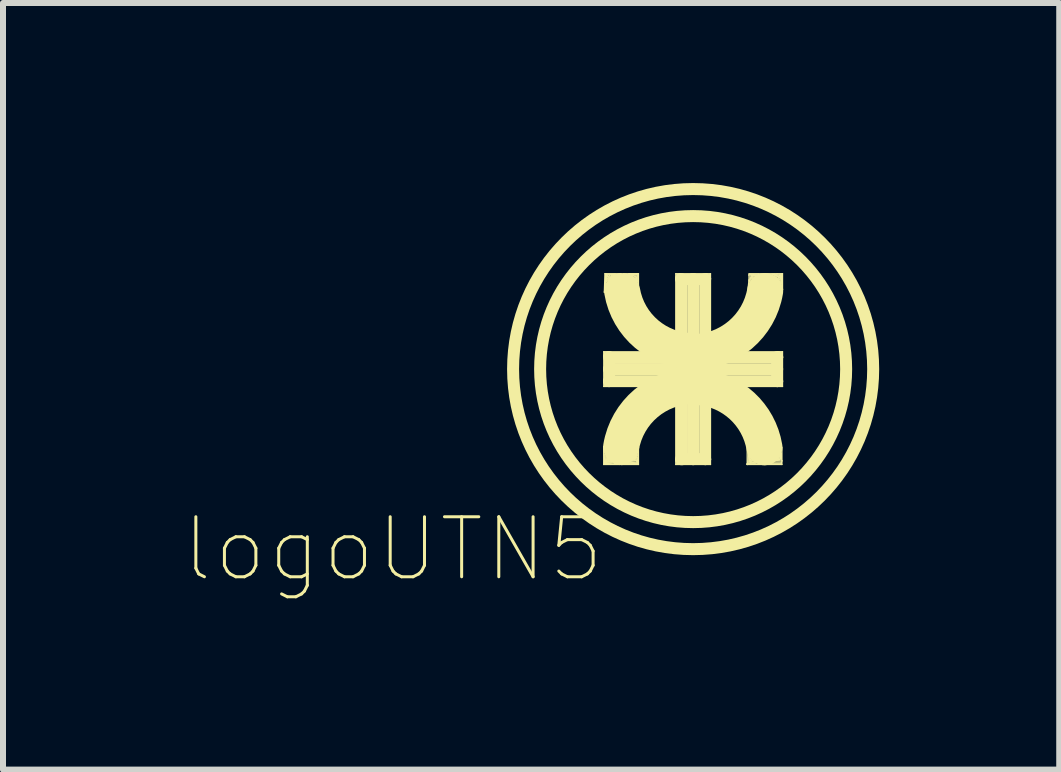
<source format=kicad_pcb>
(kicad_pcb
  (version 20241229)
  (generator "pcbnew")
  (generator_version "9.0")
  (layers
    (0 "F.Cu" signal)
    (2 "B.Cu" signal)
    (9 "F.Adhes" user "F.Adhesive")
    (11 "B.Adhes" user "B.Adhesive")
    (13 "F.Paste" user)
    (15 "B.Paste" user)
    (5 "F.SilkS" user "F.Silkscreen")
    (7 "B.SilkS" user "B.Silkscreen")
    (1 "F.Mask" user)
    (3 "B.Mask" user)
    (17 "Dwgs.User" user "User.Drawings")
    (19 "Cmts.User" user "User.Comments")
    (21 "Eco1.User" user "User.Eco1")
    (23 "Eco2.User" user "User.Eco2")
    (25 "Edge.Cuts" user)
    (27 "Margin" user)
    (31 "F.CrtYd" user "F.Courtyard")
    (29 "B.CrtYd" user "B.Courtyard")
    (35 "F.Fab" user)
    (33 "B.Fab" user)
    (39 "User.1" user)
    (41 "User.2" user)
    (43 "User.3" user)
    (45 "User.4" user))
  (footprint "logoUTN5"
    (layer "F.Cu")
    (at 8.499 3.1)
    (property "Reference" "logoUTN5" (at -5 3 0) (layer "F.SilkS") (effects (font (size 1 1) (thickness 0.05))))
    (attr through_hole)
    (fp_line (start -1.49 -0.29) (end -1.49 -0.21) (stroke (width 0.02) (type solid)) (layer "F.SilkS"))
    (fp_line (start -1.49 -0.21) (end -1.47 -0.28) (stroke (width 0.02) (type solid)) (layer "F.SilkS"))
    (fp_line (start -1.49 0.17) (end -1.47 0.28) (stroke (width 0.02) (type solid)) (layer "F.SilkS"))
    (fp_line (start -1.49 0.29) (end -1.49 0.17) (stroke (width 0.02) (type solid)) (layer "F.SilkS"))
    (fp_line (start -1.49 1.29) (end -1.48 1.57) (stroke (width 0.02) (type solid)) (layer "F.SilkS"))
    (fp_line (start -1.49 1.59) (end -1.49 1.29) (stroke (width 0.02) (type solid)) (layer "F.SilkS"))
    (fp_line (start -1.48 -1.28) (end -1.44 -1.52) (stroke (width 0.02) (type solid)) (layer "F.SilkS"))
    (fp_line (start -1.48 -0.27) (end -1.46 -0.25) (stroke (width 0.02) (type solid)) (layer "F.SilkS"))
    (fp_line (start -1.48 1.57) (end -1.47 1.42) (stroke (width 0.02) (type solid)) (layer "F.SilkS"))
    (fp_line (start -1.48 1.57) (end -1.3 1.56) (stroke (width 0.02) (type solid)) (layer "F.SilkS"))
    (fp_line (start -1.47 -1.59) (end -1.48 -1.28) (stroke (width 0.02) (type solid)) (layer "F.SilkS"))
    (fp_line (start -1.47 -0.28) (end -1.48 -0.27) (stroke (width 0.02) (type solid)) (layer "F.SilkS"))
    (fp_line (start -1.47 0.27) (end -1.41 0.18) (stroke (width 0.02) (type solid)) (layer "F.SilkS"))
    (fp_line (start -1.47 0.28) (end -1.47 0.27) (stroke (width 0.02) (type solid)) (layer "F.SilkS"))
    (fp_line (start -1.47 1.42) (end -1.46 1.56) (stroke (width 0.02) (type solid)) (layer "F.SilkS"))
    (fp_line (start -1.46 -1.59) (end -1.47 -1.59) (stroke (width 0.02) (type solid)) (layer "F.SilkS"))
    (fp_line (start -1.46 -1.58) (end -1.46 -1.45) (stroke (width 0.02) (type solid)) (layer "F.SilkS"))
    (fp_line (start -1.46 -1.45) (end -1.44 -1.58) (stroke (width 0.02) (type solid)) (layer "F.SilkS"))
    (fp_line (start -1.46 -1.45) (end -1.42 -1.57) (stroke (width 0.02) (type solid)) (layer "F.SilkS"))
    (fp_line (start -1.46 -1.41) (end -1.35 -1.41) (stroke (width 0.02) (type solid)) (layer "F.SilkS"))
    (fp_line (start -1.46 1.56) (end -1.45 1.45) (stroke (width 0.02) (type solid)) (layer "F.SilkS"))
    (fp_line (start -1.45 -1.58) (end -1.31 -1.58) (stroke (width 0.02) (type solid)) (layer "F.SilkS"))
    (fp_line (start -1.45 1.45) (end -1.44 1.56) (stroke (width 0.02) (type solid)) (layer "F.SilkS"))
    (fp_line (start -1.44 -1.58) (end -1.45 -1.58) (stroke (width 0.02) (type solid)) (layer "F.SilkS"))
    (fp_line (start -1.44 -1.57) (end -1.46 -1.41) (stroke (width 0.02) (type solid)) (layer "F.SilkS"))
    (fp_line (start -1.44 -1.52) (end -1.46 -1.58) (stroke (width 0.02) (type solid)) (layer "F.SilkS"))
    (fp_line (start -1.44 -1.49) (end -1.39 -1.56) (stroke (width 0.02) (type solid)) (layer "F.SilkS"))
    (fp_line (start -1.44 1.55) (end -1.4 1.52) (stroke (width 0.02) (type solid)) (layer "F.SilkS"))
    (fp_line (start -1.44 1.56) (end -1.43 1.48) (stroke (width 0.02) (type solid)) (layer "F.SilkS"))
    (fp_line (start -1.43 -1.54) (end -1.35 -1.56) (stroke (width 0.02) (type solid)) (layer "F.SilkS"))
    (fp_line (start -1.43 1.48) (end -1.42 1.55) (stroke (width 0.02) (type solid)) (layer "F.SilkS"))
    (fp_line (start -1.42 -1.57) (end -1.29 -1.58) (stroke (width 0.02) (type solid)) (layer "F.SilkS"))
    (fp_line (start -1.42 1.55) (end -1.36 1.55) (stroke (width 0.02) (type solid)) (layer "F.SilkS"))
    (fp_line (start -1.41 1.5) (end -1.41 1.53) (stroke (width 0.02) (type solid)) (layer "F.SilkS"))
    (fp_line (start -1.41 1.53) (end -1.38 1.54) (stroke (width 0.02) (type solid)) (layer "F.SilkS"))
    (fp_line (start -1.4 -1.52) (end -1.44 -1.57) (stroke (width 0.02) (type solid)) (layer "F.SilkS"))
    (fp_line (start -1.4 -0.2) (end -1.4 0.2) (stroke (width 0.2) (type solid)) (layer "F.SilkS"))
    (fp_line (start -1.4 0) (end 1.4 0) (stroke (width 0.2) (type solid)) (layer "F.SilkS"))
    (fp_line (start -1.4 0.2) (end 0 0.2) (stroke (width 0.2) (type solid)) (layer "F.SilkS"))
    (fp_line (start -1.4 0.29) (end -1.49 0.29) (stroke (width 0.02) (type solid)) (layer "F.SilkS"))
    (fp_line (start -1.4 1.52) (end -1.41 1.5) (stroke (width 0.02) (type solid)) (layer "F.SilkS"))
    (fp_line (start -1.39 -1.56) (end -1.43 -1.54) (stroke (width 0.02) (type solid)) (layer "F.SilkS"))
    (fp_line (start -1.39 -0.29) (end -1.49 -0.29) (stroke (width 0.02) (type solid)) (layer "F.SilkS"))
    (fp_line (start -1.38 1.54) (end -1.41 1.53) (stroke (width 0.02) (type solid)) (layer "F.SilkS"))
    (fp_line (start -1.36 1.55) (end -1.44 1.55) (stroke (width 0.02) (type solid)) (layer "F.SilkS"))
    (fp_line (start -1.35 -1.56) (end -1.4 -1.52) (stroke (width 0.02) (type solid)) (layer "F.SilkS"))
    (fp_line (start -1.33 -1.56) (end -1.2 -1.59) (stroke (width 0.02) (type solid)) (layer "F.SilkS"))
    (fp_line (start -1.31 -1.58) (end -1.46 -1.45) (stroke (width 0.02) (type solid)) (layer "F.SilkS"))
    (fp_line (start -1.31 1.58) (end -1.48 1.57) (stroke (width 0.02) (type solid)) (layer "F.SilkS"))
    (fp_line (start -1.3 1.56) (end -1.31 1.58) (stroke (width 0.02) (type solid)) (layer "F.SilkS"))
    (fp_line (start -1.29 -1.58) (end -1.44 -1.49) (stroke (width 0.02) (type solid)) (layer "F.SilkS"))
    (fp_line (start -1.23 1.59) (end -1.49 1.59) (stroke (width 0.02) (type solid)) (layer "F.SilkS"))
    (fp_line (start -1.2 -1.59) (end -1.46 -1.59) (stroke (width 0.02) (type solid)) (layer "F.SilkS"))
    (fp_line (start -1.2 1.59) (end -0.91 1.59) (stroke (width 0.02) (type solid)) (layer "F.SilkS"))
    (fp_line (start -1.17 -1.59) (end -0.92 -1.59) (stroke (width 0.02) (type solid)) (layer "F.SilkS"))
    (fp_line (start -1.11 1.57) (end -0.92 1.57) (stroke (width 0.02) (type solid)) (layer "F.SilkS"))
    (fp_line (start -1.07 -1.59) (end -1.07 -1.58) (stroke (width 0.02) (type solid)) (layer "F.SilkS"))
    (fp_line (start -1.07 -1.58) (end -0.93 -1.58) (stroke (width 0.02) (type solid)) (layer "F.SilkS"))
    (fp_line (start -1.06 -1.57) (end -0.92 -1.58) (stroke (width 0.02) (type solid)) (layer "F.SilkS"))
    (fp_line (start -1.05 1.55) (end -0.94 1.55) (stroke (width 0.02) (type solid)) (layer "F.SilkS"))
    (fp_line (start -1.04 -1.57) (end -0.95 -1.57) (stroke (width 0.02) (type solid)) (layer "F.SilkS"))
    (fp_line (start -1.02 -1.56) (end -0.96 -1.55) (stroke (width 0.02) (type solid)) (layer "F.SilkS"))
    (fp_line (start -1.02 1.53) (end -0.93 1.52) (stroke (width 0.02) (type solid)) (layer "F.SilkS"))
    (fp_line (start -0.99 -1.56) (end -1.06 -1.57) (stroke (width 0.02) (type solid)) (layer "F.SilkS"))
    (fp_line (start -0.99 1.51) (end -0.97 1.48) (stroke (width 0.02) (type solid)) (layer "F.SilkS"))
    (fp_line (start -0.97 1.48) (end -0.93 1.48) (stroke (width 0.02) (type solid)) (layer "F.SilkS"))
    (fp_line (start -0.97 1.49) (end -0.93 1.43) (stroke (width 0.02) (type solid)) (layer "F.SilkS"))
    (fp_line (start -0.96 -1.55) (end -0.95 -1.5) (stroke (width 0.02) (type solid)) (layer "F.SilkS"))
    (fp_line (start -0.95 -1.57) (end -0.94 -1.48) (stroke (width 0.02) (type solid)) (layer "F.SilkS"))
    (fp_line (start -0.95 -1.5) (end -0.99 -1.56) (stroke (width 0.02) (type solid)) (layer "F.SilkS"))
    (fp_line (start -0.94 -1.48) (end -1.02 -1.56) (stroke (width 0.02) (type solid)) (layer "F.SilkS"))
    (fp_line (start -0.94 1.47) (end -1.23 1.59) (stroke (width 0.02) (type solid)) (layer "F.SilkS"))
    (fp_line (start -0.94 1.5) (end -0.99 1.51) (stroke (width 0.02) (type solid)) (layer "F.SilkS"))
    (fp_line (start -0.94 1.53) (end -1.02 1.53) (stroke (width 0.02) (type solid)) (layer "F.SilkS"))
    (fp_line (start -0.94 1.55) (end -0.94 1.53) (stroke (width 0.02) (type solid)) (layer "F.SilkS"))
    (fp_line (start -0.93 -1.58) (end -0.93 -1.46) (stroke (width 0.02) (type solid)) (layer "F.SilkS"))
    (fp_line (start -0.93 -1.46) (end -1.04 -1.57) (stroke (width 0.02) (type solid)) (layer "F.SilkS"))
    (fp_line (start -0.93 1.43) (end -0.94 1.47) (stroke (width 0.02) (type solid)) (layer "F.SilkS"))
    (fp_line (start -0.93 1.48) (end -0.97 1.49) (stroke (width 0.02) (type solid)) (layer "F.SilkS"))
    (fp_line (start -0.93 1.52) (end -0.94 1.5) (stroke (width 0.02) (type solid)) (layer "F.SilkS"))
    (fp_line (start -0.93 1.57) (end -1.11 1.57) (stroke (width 0.02) (type solid)) (layer "F.SilkS"))
    (fp_line (start -0.92 -1.59) (end -0.92 -1.36) (stroke (width 0.02) (type solid)) (layer "F.SilkS"))
    (fp_line (start -0.92 -1.58) (end -1.33 -1.56) (stroke (width 0.02) (type solid)) (layer "F.SilkS"))
    (fp_line (start -0.92 -1.36) (end -0.91 -1.41) (stroke (width 0.02) (type solid)) (layer "F.SilkS"))
    (fp_line (start -0.92 1.57) (end -1.05 1.55) (stroke (width 0.02) (type solid)) (layer "F.SilkS"))
    (fp_line (start -0.91 -1.59) (end -1.07 -1.59) (stroke (width 0.02) (type solid)) (layer "F.SilkS"))
    (fp_line (start -0.91 -1.41) (end -0.91 -1.59) (stroke (width 0.02) (type solid)) (layer "F.SilkS"))
    (fp_line (start -0.91 1.3) (end -0.93 1.57) (stroke (width 0.02) (type solid)) (layer "F.SilkS"))
    (fp_line (start -0.91 1.59) (end -0.91 1.3) (stroke (width 0.02) (type solid)) (layer "F.SilkS"))
    (fp_line (start -0.3 -0.2) (end -1.4 -0.2) (stroke (width 0.2) (type solid)) (layer "F.SilkS"))
    (fp_line (start -0.29 -1.59) (end -0.29 -1.49) (stroke (width 0.02) (type solid)) (layer "F.SilkS"))
    (fp_line (start -0.29 -1.49) (end -0.27 -1.58) (stroke (width 0.02) (type solid)) (layer "F.SilkS"))
    (fp_line (start -0.29 1.5) (end -0.29 1.59) (stroke (width 0.02) (type solid)) (layer "F.SilkS"))
    (fp_line (start -0.29 1.59) (end -0.17 1.59) (stroke (width 0.02) (type solid)) (layer "F.SilkS"))
    (fp_line (start -0.27 -1.58) (end -0.21 -1.54) (stroke (width 0.02) (type solid)) (layer "F.SilkS"))
    (fp_line (start -0.22 -1.59) (end -0.21 -1.59) (stroke (width 0.02) (type solid)) (layer "F.SilkS"))
    (fp_line (start -0.21 -1.59) (end -0.29 -1.59) (stroke (width 0.02) (type solid)) (layer "F.SilkS"))
    (fp_line (start -0.2 -1.5) (end 0 -1.5) (stroke (width 0.2) (type solid)) (layer "F.SilkS"))
    (fp_line (start -0.2 1.5) (end -0.2 -1.5) (stroke (width 0.2) (type solid)) (layer "F.SilkS"))
    (fp_line (start -0.17 1.59) (end -0.28 1.57) (stroke (width 0.02) (type solid)) (layer "F.SilkS"))
    (fp_line (start 0 -1.5) (end 0 1.5) (stroke (width 0.2) (type solid)) (layer "F.SilkS"))
    (fp_line (start 0 -1.5) (end 0.2 -1.5) (stroke (width 0.2) (type solid)) (layer "F.SilkS"))
    (fp_line (start 0 0) (end -1.4 0) (stroke (width 0.2) (type solid)) (layer "F.SilkS"))
    (fp_line (start 0 1.5) (end 0 0) (stroke (width 0.2) (type solid)) (layer "F.SilkS"))
    (fp_line (start 0.2 -1.5) (end 0.2 1.5) (stroke (width 0.2) (type solid)) (layer "F.SilkS"))
    (fp_line (start 0.2 1.5) (end -0.2 1.5) (stroke (width 0.2) (type solid)) (layer "F.SilkS"))
    (fp_line (start 0.2 1.59) (end 0.29 1.59) (stroke (width 0.02) (type solid)) (layer "F.SilkS"))
    (fp_line (start 0.21 -1.59) (end 0.29 -1.59) (stroke (width 0.02) (type solid)) (layer "F.SilkS"))
    (fp_line (start 0.27 1.58) (end 0.24 1.55) (stroke (width 0.02) (type solid)) (layer "F.SilkS"))
    (fp_line (start 0.29 -1.59) (end 0.29 -1.51) (stroke (width 0.02) (type solid)) (layer "F.SilkS"))
    (fp_line (start 0.29 -1.51) (end 0.27 -1.58) (stroke (width 0.02) (type solid)) (layer "F.SilkS"))
    (fp_line (start 0.29 1.5) (end 0.27 1.58) (stroke (width 0.02) (type solid)) (layer "F.SilkS"))
    (fp_line (start 0.29 1.59) (end 0.29 1.5) (stroke (width 0.02) (type solid)) (layer "F.SilkS"))
    (fp_line (start 0.3 -0.2) (end 1.4 -0.2) (stroke (width 0.2) (type solid)) (layer "F.SilkS"))
    (fp_line (start 0.3 0.2) (end 0.3 -0.2) (stroke (width 0.2) (type solid)) (layer "F.SilkS"))
    (fp_line (start 0.9 1.58) (end 0.9 1.31) (stroke (width 0.02) (type solid)) (layer "F.SilkS"))
    (fp_line (start 0.9 1.58) (end 0.9 1.59) (stroke (width 0.02) (type solid)) (layer "F.SilkS"))
    (fp_line (start 0.9 1.59) (end 0.91 1.56) (stroke (width 0.02) (type solid)) (layer "F.SilkS"))
    (fp_line (start 0.9 1.59) (end 0.97 1.55) (stroke (width 0.02) (type solid)) (layer "F.SilkS"))
    (fp_line (start 0.91 -1.29) (end 0.93 -1.49) (stroke (width 0.02) (type solid)) (layer "F.SilkS"))
    (fp_line (start 0.91 1.55) (end 0.92 1.39) (stroke (width 0.02) (type solid)) (layer "F.SilkS"))
    (fp_line (start 0.91 1.56) (end 0.9 1.58) (stroke (width 0.02) (type solid)) (layer "F.SilkS"))
    (fp_line (start 0.91 1.57) (end 1.04 1.55) (stroke (width 0.02) (type solid)) (layer "F.SilkS"))
    (fp_line (start 0.92 1.39) (end 0.93 1.54) (stroke (width 0.02) (type solid)) (layer "F.SilkS"))
    (fp_line (start 0.93 -1.58) (end 1.09 -1.58) (stroke (width 0.02) (type solid)) (layer "F.SilkS"))
    (fp_line (start 0.93 -1.56) (end 0.93 -1.58) (stroke (width 0.02) (type solid)) (layer "F.SilkS"))
    (fp_line (start 0.93 -1.49) (end 0.93 -1.56) (stroke (width 0.02) (type solid)) (layer "F.SilkS"))
    (fp_line (start 0.93 -1.47) (end 0.95 -1.47) (stroke (width 0.02) (type solid)) (layer "F.SilkS"))
    (fp_line (start 0.93 1.54) (end 0.94 1.45) (stroke (width 0.02) (type solid)) (layer "F.SilkS"))
    (fp_line (start 0.94 -1.45) (end 0.95 -1.57) (stroke (width 0.02) (type solid)) (layer "F.SilkS"))
    (fp_line (start 0.94 1.45) (end 0.94 1.54) (stroke (width 0.02) (type solid)) (layer "F.SilkS"))
    (fp_line (start 0.94 1.54) (end 0.95 1.48) (stroke (width 0.02) (type solid)) (layer "F.SilkS"))
    (fp_line (start 0.95 -1.57) (end 1.05 -1.57) (stroke (width 0.02) (type solid)) (layer "F.SilkS"))
    (fp_line (start 0.95 -1.5) (end 0.97 -1.56) (stroke (width 0.02) (type solid)) (layer "F.SilkS"))
    (fp_line (start 0.95 -1.47) (end 0.94 -1.45) (stroke (width 0.02) (type solid)) (layer "F.SilkS"))
    (fp_line (start 0.95 1.48) (end 0.96 1.53) (stroke (width 0.02) (type solid)) (layer "F.SilkS"))
    (fp_line (start 0.95 1.54) (end 1.01 1.53) (stroke (width 0.02) (type solid)) (layer "F.SilkS"))
    (fp_line (start 0.96 1.53) (end 0.95 1.54) (stroke (width 0.02) (type solid)) (layer "F.SilkS"))
    (fp_line (start 0.97 -1.56) (end 1.01 -1.57) (stroke (width 0.02) (type solid)) (layer "F.SilkS"))
    (fp_line (start 0.97 -1.52) (end 0.98 -1.56) (stroke (width 0.02) (type solid)) (layer "F.SilkS"))
    (fp_line (start 0.97 1.51) (end 0.98 1.53) (stroke (width 0.02) (type solid)) (layer "F.SilkS"))
    (fp_line (start 0.98 -1.56) (end 1.05 -1.56) (stroke (width 0.02) (type solid)) (layer "F.SilkS"))
    (fp_line (start 0.98 1.53) (end 1.05 1.44) (stroke (width 0.02) (type solid)) (layer "F.SilkS"))
    (fp_line (start 1.01 -1.57) (end 0.97 -1.52) (stroke (width 0.02) (type solid)) (layer "F.SilkS"))
    (fp_line (start 1.01 1.53) (end 0.97 1.51) (stroke (width 0.02) (type solid)) (layer "F.SilkS"))
    (fp_line (start 1.03 1.57) (end 0.91 1.57) (stroke (width 0.02) (type solid)) (layer "F.SilkS"))
    (fp_line (start 1.04 1.55) (end 0.91 1.55) (stroke (width 0.02) (type solid)) (layer "F.SilkS"))
    (fp_line (start 1.05 -1.57) (end 0.95 -1.5) (stroke (width 0.02) (type solid)) (layer "F.SilkS"))
    (fp_line (start 1.05 -1.56) (end 1.2 -1.59) (stroke (width 0.02) (type solid)) (layer "F.SilkS"))
    (fp_line (start 1.09 -1.58) (end 0.93 -1.47) (stroke (width 0.02) (type solid)) (layer "F.SilkS"))
    (fp_line (start 1.2 -1.59) (end 0.93 -1.59) (stroke (width 0.02) (type solid)) (layer "F.SilkS"))
    (fp_line (start 1.2 -1.59) (end 1.4 -1.59) (stroke (width 0.02) (type solid)) (layer "F.SilkS"))
    (fp_line (start 1.2 1.59) (end 0.9 1.58) (stroke (width 0.02) (type solid)) (layer "F.SilkS"))
    (fp_line (start 1.2 1.59) (end 0.9 1.59) (stroke (width 0.02) (type solid)) (layer "F.SilkS"))
    (fp_line (start 1.2 1.59) (end 1.48 1.59) (stroke (width 0.02) (type solid)) (layer "F.SilkS"))
    (fp_line (start 1.3 1.57) (end 1.47 1.57) (stroke (width 0.02) (type solid)) (layer "F.SilkS"))
    (fp_line (start 1.31 -1.58) (end 1.47 -1.56) (stroke (width 0.02) (type solid)) (layer "F.SilkS"))
    (fp_line (start 1.31 1.57) (end 1.3 1.57) (stroke (width 0.02) (type solid)) (layer "F.SilkS"))
    (fp_line (start 1.33 -1.57) (end 1.31 -1.53) (stroke (width 0.02) (type solid)) (layer "F.SilkS"))
    (fp_line (start 1.33 1.55) (end 1.35 1.53) (stroke (width 0.02) (type solid)) (layer "F.SilkS"))
    (fp_line (start 1.35 -1.58) (end 1.42 -1.54) (stroke (width 0.02) (type solid)) (layer "F.SilkS"))
    (fp_line (start 1.35 1.53) (end 1.48 1.53) (stroke (width 0.02) (type solid)) (layer "F.SilkS"))
    (fp_line (start 1.39 -1.56) (end 1.43 -1.54) (stroke (width 0.02) (type solid)) (layer "F.SilkS"))
    (fp_line (start 1.39 1.52) (end 1.47 1.49) (stroke (width 0.02) (type solid)) (layer "F.SilkS"))
    (fp_line (start 1.4 -1.59) (end 1.48 -1.59) (stroke (width 0.02) (type solid)) (layer "F.SilkS"))
    (fp_line (start 1.4 -0.29) (end 1.49 -0.29) (stroke (width 0.02) (type solid)) (layer "F.SilkS"))
    (fp_line (start 1.4 -0.2) (end 1.4 0.2) (stroke (width 0.2) (type solid)) (layer "F.SilkS"))
    (fp_line (start 1.4 0.2) (end 0.3 0.2) (stroke (width 0.2) (type solid)) (layer "F.SilkS"))
    (fp_line (start 1.4 0.29) (end 1.48 0.27) (stroke (width 0.02) (type solid)) (layer "F.SilkS"))
    (fp_line (start 1.41 1.51) (end 1.46 1.46) (stroke (width 0.02) (type solid)) (layer "F.SilkS"))
    (fp_line (start 1.42 -1.55) (end 1.43 -1.52) (stroke (width 0.02) (type solid)) (layer "F.SilkS"))
    (fp_line (start 1.42 -1.54) (end 1.44 -1.49) (stroke (width 0.02) (type solid)) (layer "F.SilkS"))
    (fp_line (start 1.43 -1.54) (end 1.44 -1.56) (stroke (width 0.02) (type solid)) (layer "F.SilkS"))
    (fp_line (start 1.43 -1.52) (end 1.45 -1.53) (stroke (width 0.02) (type solid)) (layer "F.SilkS"))
    (fp_line (start 1.44 -1.56) (end 1.42 -1.55) (stroke (width 0.02) (type solid)) (layer "F.SilkS"))
    (fp_line (start 1.44 -1.49) (end 1.39 -1.56) (stroke (width 0.02) (type solid)) (layer "F.SilkS"))
    (fp_line (start 1.44 1.51) (end 1.03 1.57) (stroke (width 0.02) (type solid)) (layer "F.SilkS"))
    (fp_line (start 1.45 -1.57) (end 1.45 -1.45) (stroke (width 0.02) (type solid)) (layer "F.SilkS"))
    (fp_line (start 1.45 -1.53) (end 1.33 -1.57) (stroke (width 0.02) (type solid)) (layer "F.SilkS"))
    (fp_line (start 1.45 -1.45) (end 1.35 -1.58) (stroke (width 0.02) (type solid)) (layer "F.SilkS"))
    (fp_line (start 1.46 1.43) (end 1.44 1.51) (stroke (width 0.02) (type solid)) (layer "F.SilkS"))
    (fp_line (start 1.46 1.46) (end 1.46 1.49) (stroke (width 0.02) (type solid)) (layer "F.SilkS"))
    (fp_line (start 1.46 1.49) (end 1.46 1.43) (stroke (width 0.02) (type solid)) (layer "F.SilkS"))
    (fp_line (start 1.47 -1.58) (end 1.31 -1.58) (stroke (width 0.02) (type solid)) (layer "F.SilkS"))
    (fp_line (start 1.47 -1.56) (end 1.47 -1.42) (stroke (width 0.02) (type solid)) (layer "F.SilkS"))
    (fp_line (start 1.47 -1.54) (end 1.47 -1.58) (stroke (width 0.02) (type solid)) (layer "F.SilkS"))
    (fp_line (start 1.47 -1.42) (end 1.45 -1.57) (stroke (width 0.02) (type solid)) (layer "F.SilkS"))
    (fp_line (start 1.47 1.4) (end 1.41 1.51) (stroke (width 0.02) (type solid)) (layer "F.SilkS"))
    (fp_line (start 1.47 1.49) (end 1.47 1.4) (stroke (width 0.02) (type solid)) (layer "F.SilkS"))
    (fp_line (start 1.47 1.51) (end 1.39 1.52) (stroke (width 0.02) (type solid)) (layer "F.SilkS"))
    (fp_line (start 1.47 1.55) (end 1.33 1.55) (stroke (width 0.02) (type solid)) (layer "F.SilkS"))
    (fp_line (start 1.47 1.57) (end 1.47 1.55) (stroke (width 0.02) (type solid)) (layer "F.SilkS"))
    (fp_line (start 1.48 -1.59) (end 1.49 -1.59) (stroke (width 0.02) (type solid)) (layer "F.SilkS"))
    (fp_line (start 1.48 1.53) (end 1.47 1.51) (stroke (width 0.02) (type solid)) (layer "F.SilkS"))
    (fp_line (start 1.48 1.59) (end 1.48 1.3) (stroke (width 0.02) (type solid)) (layer "F.SilkS"))
    (fp_line (start 1.49 -1.59) (end 1.49 -1.32) (stroke (width 0.02) (type solid)) (layer "F.SilkS"))
    (fp_line (start 1.49 -1.32) (end 1.47 -1.54) (stroke (width 0.02) (type solid)) (layer "F.SilkS"))
    (fp_line (start 1.49 -0.29) (end 1.49 -0.19) (stroke (width 0.02) (type solid)) (layer "F.SilkS"))
    (fp_line (start 1.49 -0.19) (end 1.47 -0.28) (stroke (width 0.02) (type solid)) (layer "F.SilkS"))
    (fp_line (start 1.49 0.2) (end 1.49 0.29) (stroke (width 0.02) (type solid)) (layer "F.SilkS"))
    (fp_line (start 1.49 0.29) (end 1.4 0.29) (stroke (width 0.02) (type solid)) (layer "F.SilkS"))
    (fp_arc (start -1.2 1.3) (mid -0.786349 0.571746) (end 0 0.283447) (stroke (width 0.6) (type solid)) (layer "F.SilkS"))
    (fp_arc (start 0 -0.3) (mid -0.774392 -0.583312) (end -1.183126 -1.299471) (stroke (width 0.6) (type solid)) (layer "F.SilkS"))
    (fp_arc (start 0.1 0.3) (mid 0.81585 0.614343) (end 1.187776 1.302038) (stroke (width 0.6) (type solid)) (layer "F.SilkS"))
    (fp_arc (start 1.2 -1.3) (mid 0.786654 -0.572005) (end 0.0008 -0.283448) (stroke (width 0.6) (type solid)) (layer "F.SilkS"))
    (fp_circle (center 0 0) (end 2.5 0.5) (stroke (width 0.2) (type solid)) (fill no) (layer "F.SilkS"))
    (fp_circle (center 0 0) (end 3 0) (stroke (width 0.2) (type solid)) (fill no) (layer "F.SilkS")))
  (gr_rect
    (start -3 -3)
    (end 14.599 9.773)
    (stroke (width 0.1) (type default))
    (fill no)
    (layer "Edge.Cuts")))
</source>
